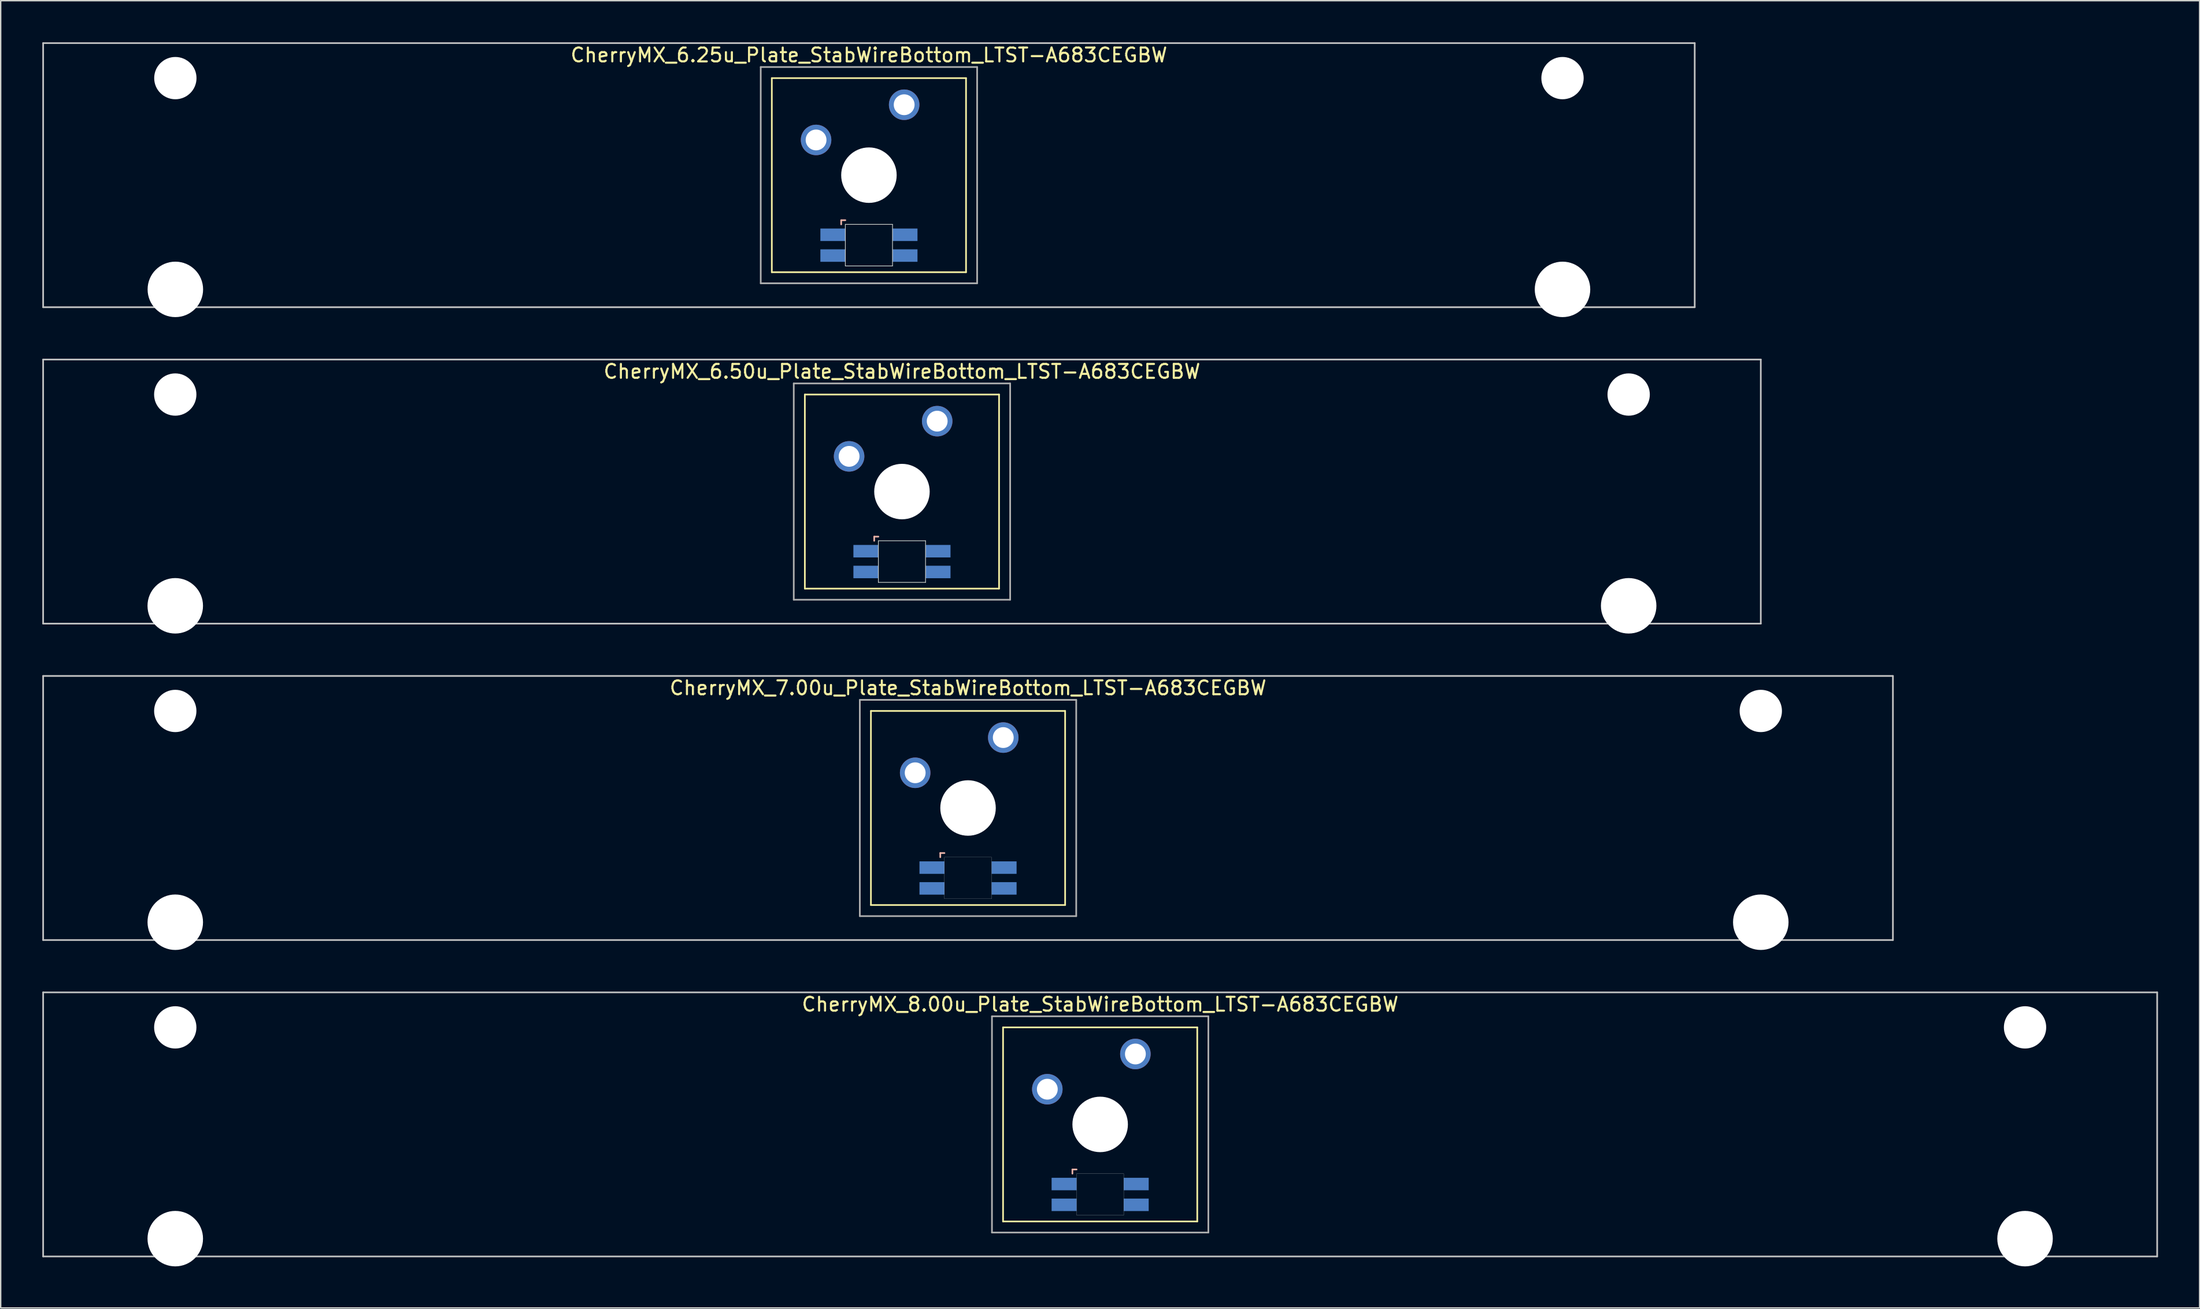
<source format=kicad_pcb>
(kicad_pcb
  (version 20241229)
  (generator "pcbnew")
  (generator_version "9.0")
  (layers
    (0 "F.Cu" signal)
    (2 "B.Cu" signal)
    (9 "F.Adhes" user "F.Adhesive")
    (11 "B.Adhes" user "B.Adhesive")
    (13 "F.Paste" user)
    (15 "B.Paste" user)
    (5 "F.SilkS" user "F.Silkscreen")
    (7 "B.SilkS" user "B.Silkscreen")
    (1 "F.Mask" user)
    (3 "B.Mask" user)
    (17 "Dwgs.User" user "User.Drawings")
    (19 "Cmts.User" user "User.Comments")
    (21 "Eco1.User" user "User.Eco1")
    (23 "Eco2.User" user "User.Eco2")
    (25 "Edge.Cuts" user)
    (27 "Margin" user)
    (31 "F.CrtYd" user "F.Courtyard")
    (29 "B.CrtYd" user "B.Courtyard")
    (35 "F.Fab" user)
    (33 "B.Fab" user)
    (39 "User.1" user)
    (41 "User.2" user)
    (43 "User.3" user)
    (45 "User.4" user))
  (footprint "CherryMX_7.00u_Plate_StabWireBottom_LTST-A683CEGBW"
    (layer "F.Cu")
    (at 66.735 55.235)
    (property "Reference" "CherryMX_7.00u_Plate_StabWireBottom_LTST-A683CEGBW" (at 0 -8.662 0) (layer "F.SilkS") (effects (font (size 1 1) (thickness 0.15))))
    (attr through_hole)
    (fp_line (start -7 -7) (end -7 7) (stroke (width 0.12) (type solid)) (layer "F.SilkS"))
    (fp_line (start -7 -7) (end 7 -7) (stroke (width 0.12) (type solid)) (layer "F.SilkS"))
    (fp_line (start 7 -7) (end 7 7) (stroke (width 0.12) (type solid)) (layer "F.SilkS"))
    (fp_line (start 7 7) (end -7 7) (stroke (width 0.12) (type solid)) (layer "F.SilkS"))
    (fp_line (start -2 3.25) (end -2 3.55) (stroke (width 0.12) (type solid)) (layer "B.SilkS"))
    (fp_line (start -1.7 3.25) (end -2 3.25) (stroke (width 0.12) (type solid)) (layer "B.SilkS"))
    (fp_line (start -66.675 -9.525) (end 66.675 -9.525) (stroke (width 0.12) (type solid)) (layer "Dwgs.User"))
    (fp_line (start -66.675 9.525) (end -66.675 -9.525) (stroke (width 0.12) (type solid)) (layer "Dwgs.User"))
    (fp_line (start 66.675 -9.525) (end 66.675 9.525) (stroke (width 0.12) (type solid)) (layer "Dwgs.User"))
    (fp_line (start 66.675 9.525) (end -66.675 9.525) (stroke (width 0.12) (type solid)) (layer "Dwgs.User"))
    (fp_poly (pts (xy 1.7 6.55) (xy -1.7 6.55) (xy -1.7 3.55) (xy 1.7 3.55)) (stroke (width 0.01) (type solid)) (fill no) (layer "Edge.Cuts"))
    (fp_line (start -7.8 -7.8) (end -7.8 7.8) (stroke (width 0.12) (type solid)) (layer "F.Fab"))
    (fp_line (start -7.8 -7.8) (end 7.8 -7.8) (stroke (width 0.12) (type solid)) (layer "F.Fab"))
    (fp_line (start -7.8 7.8) (end 7.8 7.8) (stroke (width 0.12) (type solid)) (layer "F.Fab"))
    (fp_line (start 7.8 -7.8) (end 7.8 7.8) (stroke (width 0.12) (type solid)) (layer "F.Fab"))
    (pad "" np_thru_hole circle (at -57.15 -7) (size 3.05 3.05) (drill 3.05) (layers "*.Cu" "*.Mask"))
    (pad "" np_thru_hole circle (at -57.15 8.24) (size 4 4) (drill 4) (layers "*.Cu" "*.Mask"))
    (pad "" np_thru_hole circle (at 0 0) (size 4 4) (drill 4) (layers "*.Cu" "*.Mask"))
    (pad "" np_thru_hole circle (at 57.15 -7) (size 3.05 3.05) (drill 3.05) (layers "*.Cu" "*.Mask"))
    (pad "" np_thru_hole circle (at 57.15 8.24) (size 4 4) (drill 4) (layers "*.Cu" "*.Mask"))
    (pad "1" thru_hole circle (at -3.81 -2.54) (size 2.2 2.2) (drill 1.5) (layers "*.Cu" "*.Mask"))
    (pad "2" thru_hole circle (at 2.54 -5.08) (size 2.2 2.2) (drill 1.5) (layers "*.Cu" "*.Mask"))
    (pad "3" smd rect (at -2.6 4.3) (size 1.8 0.9) (layers "B.Cu" "B.Mask" "B.Paste"))
    (pad "4" smd rect (at -2.6 5.8) (size 1.8 0.9) (layers "B.Cu" "B.Mask" "B.Paste"))
    (pad "5" smd rect (at 2.6 4.3) (size 1.8 0.9) (layers "B.Cu" "B.Mask" "B.Paste"))
    (pad "6" smd rect (at 2.6 5.8) (size 1.8 0.9) (layers "B.Cu" "B.Mask" "B.Paste")))
  (footprint "CherryMX_6.25u_Plate_StabWireBottom_LTST-A683CEGBW"
    (layer "F.Cu")
    (at 59.591 9.585)
    (property "Reference" "CherryMX_6.25u_Plate_StabWireBottom_LTST-A683CEGBW" (at 0 -8.662 0) (layer "F.SilkS") (effects (font (size 1 1) (thickness 0.15))))
    (attr through_hole)
    (fp_line (start -7 -7) (end -7 7) (stroke (width 0.12) (type solid)) (layer "F.SilkS"))
    (fp_line (start -7 -7) (end 7 -7) (stroke (width 0.12) (type solid)) (layer "F.SilkS"))
    (fp_line (start 7 -7) (end 7 7) (stroke (width 0.12) (type solid)) (layer "F.SilkS"))
    (fp_line (start 7 7) (end -7 7) (stroke (width 0.12) (type solid)) (layer "F.SilkS"))
    (fp_line (start -2 3.25) (end -2 3.55) (stroke (width 0.12) (type solid)) (layer "B.SilkS"))
    (fp_line (start -1.7 3.25) (end -2 3.25) (stroke (width 0.12) (type solid)) (layer "B.SilkS"))
    (fp_line (start -59.531 -9.525) (end 59.531 -9.525) (stroke (width 0.12) (type solid)) (layer "Dwgs.User"))
    (fp_line (start -59.531 9.525) (end -59.531 -9.525) (stroke (width 0.12) (type solid)) (layer "Dwgs.User"))
    (fp_line (start 59.531 -9.525) (end 59.531 9.525) (stroke (width 0.12) (type solid)) (layer "Dwgs.User"))
    (fp_line (start 59.531 9.525) (end -59.531 9.525) (stroke (width 0.12) (type solid)) (layer "Dwgs.User"))
    (fp_line (start -1.7 3.55) (end 1.7 3.55) (stroke (width 0.05) (type solid)) (layer "Edge.Cuts"))
    (fp_line (start -1.7 6.55) (end -1.7 3.55) (stroke (width 0.05) (type solid)) (layer "Edge.Cuts"))
    (fp_line (start 1.7 3.55) (end 1.7 6.55) (stroke (width 0.05) (type solid)) (layer "Edge.Cuts"))
    (fp_line (start 1.7 6.55) (end -1.7 6.55) (stroke (width 0.05) (type solid)) (layer "Edge.Cuts"))
    (fp_line (start -7.8 -7.8) (end -7.8 7.8) (stroke (width 0.12) (type solid)) (layer "F.Fab"))
    (fp_line (start -7.8 -7.8) (end 7.8 -7.8) (stroke (width 0.12) (type solid)) (layer "F.Fab"))
    (fp_line (start -7.8 7.8) (end 7.8 7.8) (stroke (width 0.12) (type solid)) (layer "F.Fab"))
    (fp_line (start 7.8 -7.8) (end 7.8 7.8) (stroke (width 0.12) (type solid)) (layer "F.Fab"))
    (pad "" np_thru_hole circle (at -50 -7) (size 3.05 3.05) (drill 3.05) (layers "*.Cu" "*.Mask"))
    (pad "" np_thru_hole circle (at -50 8.24) (size 4 4) (drill 4) (layers "*.Cu" "*.Mask"))
    (pad "" np_thru_hole circle (at 0 0) (size 4 4) (drill 4) (layers "*.Cu" "*.Mask"))
    (pad "" np_thru_hole circle (at 50 -7) (size 3.05 3.05) (drill 3.05) (layers "*.Cu" "*.Mask"))
    (pad "" np_thru_hole circle (at 50 8.24) (size 4 4) (drill 4) (layers "*.Cu" "*.Mask"))
    (pad "1" thru_hole circle (at -3.81 -2.54) (size 2.2 2.2) (drill 1.5) (layers "*.Cu" "*.Mask"))
    (pad "2" thru_hole circle (at 2.54 -5.08) (size 2.2 2.2) (drill 1.5) (layers "*.Cu" "*.Mask"))
    (pad "3" smd rect (at -2.6 4.3) (size 1.8 0.9) (layers "B.Cu" "B.Mask" "B.Paste"))
    (pad "4" smd rect (at -2.6 5.8) (size 1.8 0.9) (layers "B.Cu" "B.Mask" "B.Paste"))
    (pad "5" smd rect (at 2.6 4.3) (size 1.8 0.9) (layers "B.Cu" "B.Mask" "B.Paste"))
    (pad "6" smd rect (at 2.6 5.8) (size 1.8 0.9) (layers "B.Cu" "B.Mask" "B.Paste")))
  (footprint "CherryMX_6.50u_Plate_StabWireBottom_LTST-A683CEGBW"
    (layer "F.Cu")
    (at 61.972 32.41)
    (property "Reference" "CherryMX_6.50u_Plate_StabWireBottom_LTST-A683CEGBW" (at 0 -8.662 0) (layer "F.SilkS") (effects (font (size 1 1) (thickness 0.15))))
    (attr through_hole)
    (fp_line (start -7 -7) (end -7 7) (stroke (width 0.12) (type solid)) (layer "F.SilkS"))
    (fp_line (start -7 -7) (end 7 -7) (stroke (width 0.12) (type solid)) (layer "F.SilkS"))
    (fp_line (start 7 -7) (end 7 7) (stroke (width 0.12) (type solid)) (layer "F.SilkS"))
    (fp_line (start 7 7) (end -7 7) (stroke (width 0.12) (type solid)) (layer "F.SilkS"))
    (fp_line (start -2 3.25) (end -2 3.55) (stroke (width 0.12) (type solid)) (layer "B.SilkS"))
    (fp_line (start -1.7 3.25) (end -2 3.25) (stroke (width 0.12) (type solid)) (layer "B.SilkS"))
    (fp_line (start -61.913 -9.525) (end 61.913 -9.525) (stroke (width 0.12) (type solid)) (layer "Dwgs.User"))
    (fp_line (start -61.913 9.525) (end -61.913 -9.525) (stroke (width 0.12) (type solid)) (layer "Dwgs.User"))
    (fp_line (start 61.913 -9.525) (end 61.913 9.525) (stroke (width 0.12) (type solid)) (layer "Dwgs.User"))
    (fp_line (start 61.913 9.525) (end -61.913 9.525) (stroke (width 0.12) (type solid)) (layer "Dwgs.User"))
    (fp_line (start -1.7 3.55) (end 1.7 3.55) (stroke (width 0.05) (type solid)) (layer "Edge.Cuts"))
    (fp_line (start -1.7 6.55) (end -1.7 3.55) (stroke (width 0.05) (type solid)) (layer "Edge.Cuts"))
    (fp_line (start 1.7 3.55) (end 1.7 6.55) (stroke (width 0.05) (type solid)) (layer "Edge.Cuts"))
    (fp_line (start 1.7 6.55) (end -1.7 6.55) (stroke (width 0.05) (type solid)) (layer "Edge.Cuts"))
    (fp_line (start -7.8 -7.8) (end -7.8 7.8) (stroke (width 0.12) (type solid)) (layer "F.Fab"))
    (fp_line (start -7.8 -7.8) (end 7.8 -7.8) (stroke (width 0.12) (type solid)) (layer "F.Fab"))
    (fp_line (start -7.8 7.8) (end 7.8 7.8) (stroke (width 0.12) (type solid)) (layer "F.Fab"))
    (fp_line (start 7.8 -7.8) (end 7.8 7.8) (stroke (width 0.12) (type solid)) (layer "F.Fab"))
    (pad "" np_thru_hole circle (at -52.388 -7) (size 3.05 3.05) (drill 3.05) (layers "*.Cu" "*.Mask"))
    (pad "" np_thru_hole circle (at -52.388 8.24) (size 4 4) (drill 4) (layers "*.Cu" "*.Mask"))
    (pad "" np_thru_hole circle (at 0 0) (size 4 4) (drill 4) (layers "*.Cu" "*.Mask"))
    (pad "" np_thru_hole circle (at 52.388 -7) (size 3.05 3.05) (drill 3.05) (layers "*.Cu" "*.Mask"))
    (pad "" np_thru_hole circle (at 52.388 8.24) (size 4 4) (drill 4) (layers "*.Cu" "*.Mask"))
    (pad "1" thru_hole circle (at -3.81 -2.54) (size 2.2 2.2) (drill 1.5) (layers "*.Cu" "*.Mask"))
    (pad "2" thru_hole circle (at 2.54 -5.08) (size 2.2 2.2) (drill 1.5) (layers "*.Cu" "*.Mask"))
    (pad "3" smd rect (at -2.6 4.3) (size 1.8 0.9) (layers "B.Cu" "B.Mask" "B.Paste"))
    (pad "4" smd rect (at -2.6 5.8) (size 1.8 0.9) (layers "B.Cu" "B.Mask" "B.Paste"))
    (pad "5" smd rect (at 2.6 4.3) (size 1.8 0.9) (layers "B.Cu" "B.Mask" "B.Paste"))
    (pad "6" smd rect (at 2.6 5.8) (size 1.8 0.9) (layers "B.Cu" "B.Mask" "B.Paste")))
  (footprint "CherryMX_8.00u_Plate_StabWireBottom_LTST-A683CEGBW"
    (layer "F.Cu")
    (at 76.26 78.06)
    (property "Reference" "CherryMX_8.00u_Plate_StabWireBottom_LTST-A683CEGBW" (at 0 -8.662 0) (layer "F.SilkS") (effects (font (size 1 1) (thickness 0.15))))
    (attr through_hole)
    (fp_line (start -7 -7) (end -7 7) (stroke (width 0.12) (type solid)) (layer "F.SilkS"))
    (fp_line (start -7 -7) (end 7 -7) (stroke (width 0.12) (type solid)) (layer "F.SilkS"))
    (fp_line (start 7 -7) (end 7 7) (stroke (width 0.12) (type solid)) (layer "F.SilkS"))
    (fp_line (start 7 7) (end -7 7) (stroke (width 0.12) (type solid)) (layer "F.SilkS"))
    (fp_line (start -2 3.25) (end -2 3.55) (stroke (width 0.12) (type solid)) (layer "B.SilkS"))
    (fp_line (start -1.7 3.25) (end -2 3.25) (stroke (width 0.12) (type solid)) (layer "B.SilkS"))
    (fp_line (start -76.2 -9.525) (end 76.2 -9.525) (stroke (width 0.12) (type solid)) (layer "Dwgs.User"))
    (fp_line (start -76.2 9.525) (end -76.2 -9.525) (stroke (width 0.12) (type solid)) (layer "Dwgs.User"))
    (fp_line (start 76.2 -9.525) (end 76.2 9.525) (stroke (width 0.12) (type solid)) (layer "Dwgs.User"))
    (fp_line (start 76.2 9.525) (end -76.2 9.525) (stroke (width 0.12) (type solid)) (layer "Dwgs.User"))
    (fp_poly (pts (xy 1.7 6.55) (xy -1.7 6.55) (xy -1.7 3.55) (xy 1.7 3.55)) (stroke (width 0.01) (type solid)) (fill no) (layer "Edge.Cuts"))
    (fp_line (start -7.8 -7.8) (end -7.8 7.8) (stroke (width 0.12) (type solid)) (layer "F.Fab"))
    (fp_line (start -7.8 -7.8) (end 7.8 -7.8) (stroke (width 0.12) (type solid)) (layer "F.Fab"))
    (fp_line (start -7.8 7.8) (end 7.8 7.8) (stroke (width 0.12) (type solid)) (layer "F.Fab"))
    (fp_line (start 7.8 -7.8) (end 7.8 7.8) (stroke (width 0.12) (type solid)) (layer "F.Fab"))
    (pad "" np_thru_hole circle (at -66.675 -7) (size 3.05 3.05) (drill 3.05) (layers "*.Cu" "*.Mask"))
    (pad "" np_thru_hole circle (at -66.675 8.24) (size 4 4) (drill 4) (layers "*.Cu" "*.Mask"))
    (pad "" np_thru_hole circle (at 0 0) (size 4 4) (drill 4) (layers "*.Cu" "*.Mask"))
    (pad "" np_thru_hole circle (at 66.675 -7) (size 3.05 3.05) (drill 3.05) (layers "*.Cu" "*.Mask"))
    (pad "" np_thru_hole circle (at 66.675 8.24) (size 4 4) (drill 4) (layers "*.Cu" "*.Mask"))
    (pad "1" thru_hole circle (at -3.81 -2.54) (size 2.2 2.2) (drill 1.5) (layers "*.Cu" "*.Mask"))
    (pad "2" thru_hole circle (at 2.54 -5.08) (size 2.2 2.2) (drill 1.5) (layers "*.Cu" "*.Mask"))
    (pad "3" smd rect (at -2.6 4.3) (size 1.8 0.9) (layers "B.Cu" "B.Mask" "B.Paste"))
    (pad "4" smd rect (at -2.6 5.8) (size 1.8 0.9) (layers "B.Cu" "B.Mask" "B.Paste"))
    (pad "5" smd rect (at 2.6 4.3) (size 1.8 0.9) (layers "B.Cu" "B.Mask" "B.Paste"))
    (pad "6" smd rect (at 2.6 5.8) (size 1.8 0.9) (layers "B.Cu" "B.Mask" "B.Paste")))
  (gr_rect
    (start -3 -3)
    (end 155.52 91.3)
    (stroke (width 0.1) (type default))
    (fill no)
    (layer "Edge.Cuts")))
</source>
